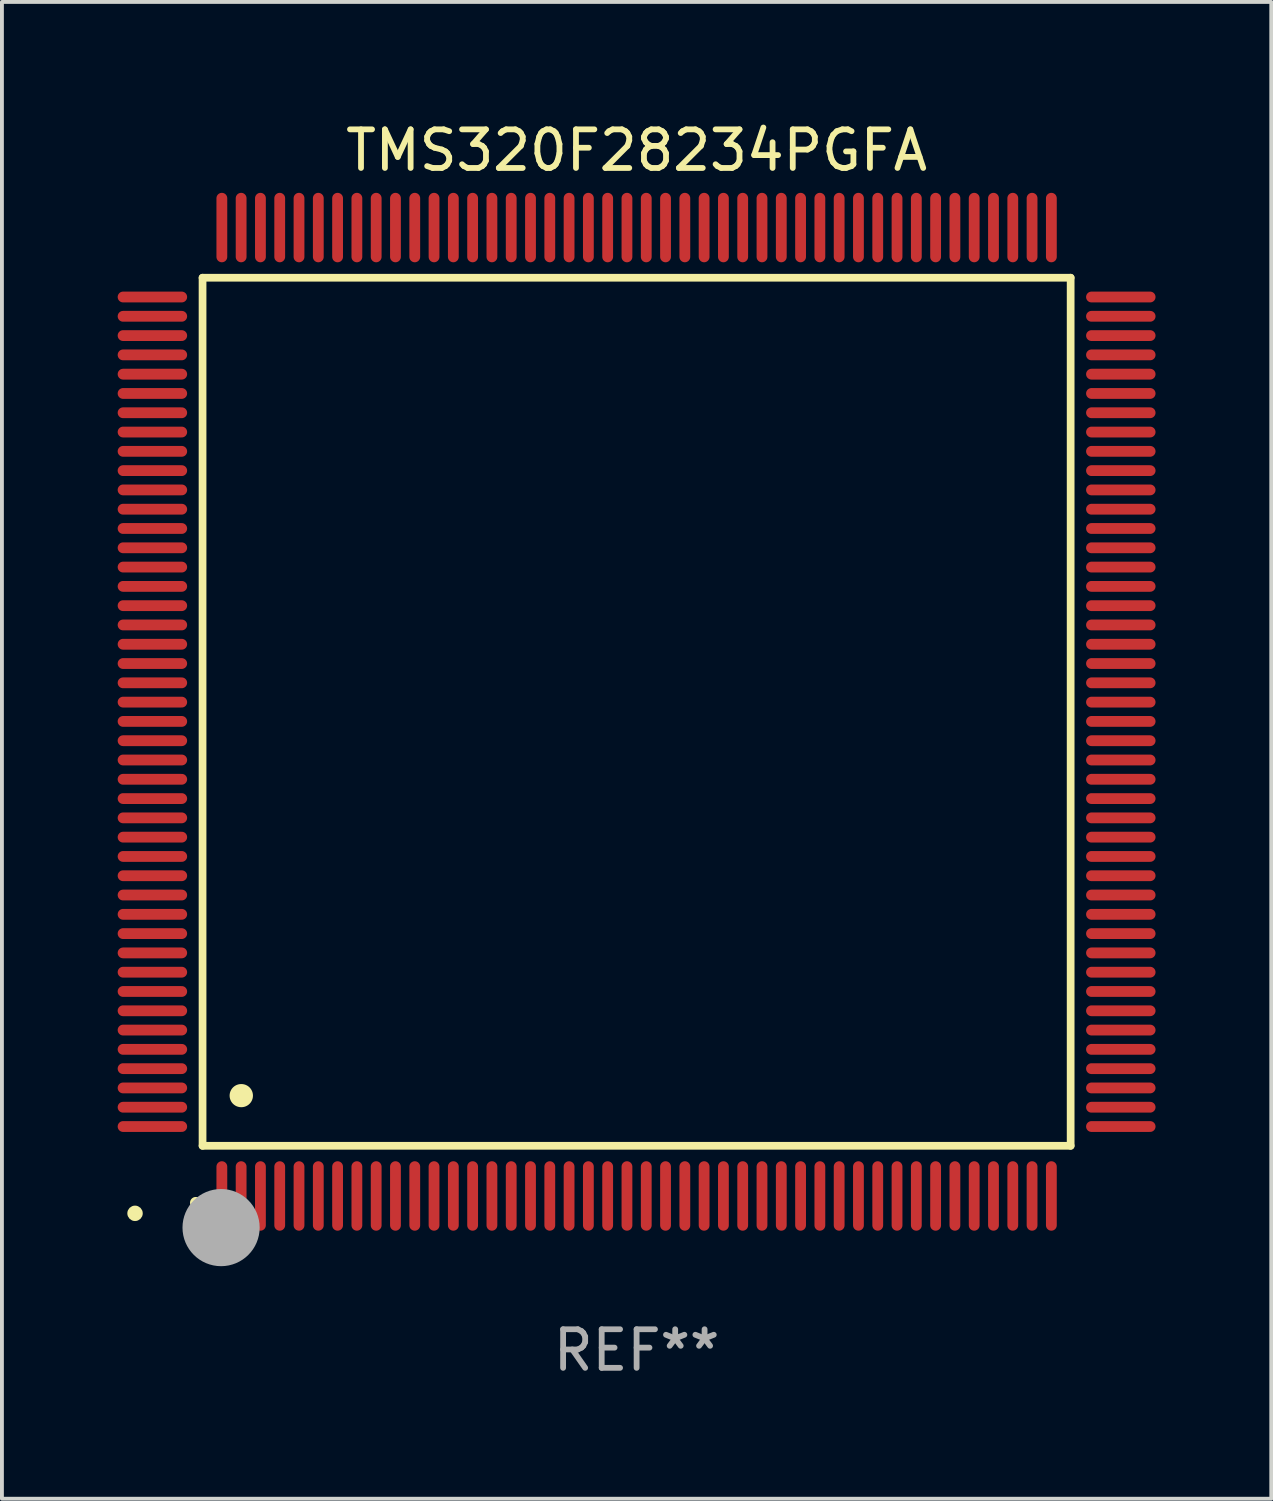
<source format=kicad_pcb>
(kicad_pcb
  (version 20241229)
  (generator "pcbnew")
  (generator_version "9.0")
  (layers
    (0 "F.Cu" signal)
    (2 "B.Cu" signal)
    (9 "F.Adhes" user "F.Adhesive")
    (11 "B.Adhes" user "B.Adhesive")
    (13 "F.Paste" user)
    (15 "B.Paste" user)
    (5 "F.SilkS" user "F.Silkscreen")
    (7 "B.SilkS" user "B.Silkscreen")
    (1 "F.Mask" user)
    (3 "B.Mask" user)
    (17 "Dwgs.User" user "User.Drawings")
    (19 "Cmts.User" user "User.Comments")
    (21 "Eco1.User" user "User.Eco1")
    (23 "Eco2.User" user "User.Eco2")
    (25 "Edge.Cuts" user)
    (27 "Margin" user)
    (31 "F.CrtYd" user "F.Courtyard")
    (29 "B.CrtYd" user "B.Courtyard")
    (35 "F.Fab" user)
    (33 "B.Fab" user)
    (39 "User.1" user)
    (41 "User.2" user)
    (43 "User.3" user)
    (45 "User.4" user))
  (footprint "TMS320F28234PGFA"
    (layer "F.Cu")
    (at 13.45 15.398)
    (property "Reference" "TMS320F28234PGFA" (at 0 -14.55 0) (layer "F.SilkS") (effects (font (size 1 1) (thickness 0.15))))
    (attr through_hole)
    (fp_line (start -11.25 -11.25) (end 11.25 -11.25) (stroke (width 0.2) (type solid)) (layer "F.SilkS"))
    (fp_line (start -11.25 11.25) (end -11.25 -11.25) (stroke (width 0.2) (type solid)) (layer "F.SilkS"))
    (fp_line (start 11.25 -11.25) (end 11.25 11.25) (stroke (width 0.2) (type solid)) (layer "F.SilkS"))
    (fp_line (start 11.25 11.25) (end -11.25 11.25) (stroke (width 0.2) (type solid)) (layer "F.SilkS"))
    (fp_arc (start -11.424943 12.725425) (mid -11.423673 12.72542) (end -11.422403 12.725425) (stroke (width 0.3) (type solid)) (layer "F.SilkS"))
    (fp_arc (start -10.24892 9.9492) (mid -10.24638 9.949189) (end -10.24384 9.9492) (stroke (width 0.6) (type solid)) (layer "F.SilkS"))
    (fp_circle (center -13 13) (end -12.9 13) (stroke (width 0.2) (type solid)) (fill no) (layer "F.SilkS"))
    (fp_circle (center -10.77 13.37) (end -10.27 13.37) (stroke (width 1) (type solid)) (fill no) (layer "F.Fab"))
    (fp_text user "REF**" (at 0 16.55 0) (layer "F.Fab") (effects (font (size 1 1) (thickness 0.15))))
    (pad "1" smd oval (at -10.75 12.55) (size 0.28 1.8) (layers "F.Cu" "F.Mask" "F.Paste"))
    (pad "2" smd oval (at -10.25 12.55) (size 0.28 1.8) (layers "F.Cu" "F.Mask" "F.Paste"))
    (pad "3" smd oval (at -9.75 12.55) (size 0.28 1.8) (layers "F.Cu" "F.Mask" "F.Paste"))
    (pad "4" smd oval (at -9.25 12.55) (size 0.28 1.8) (layers "F.Cu" "F.Mask" "F.Paste"))
    (pad "5" smd oval (at -8.75 12.55) (size 0.28 1.8) (layers "F.Cu" "F.Mask" "F.Paste"))
    (pad "6" smd oval (at -8.25 12.55) (size 0.28 1.8) (layers "F.Cu" "F.Mask" "F.Paste"))
    (pad "7" smd oval (at -7.75 12.55) (size 0.28 1.8) (layers "F.Cu" "F.Mask" "F.Paste"))
    (pad "8" smd oval (at -7.25 12.55) (size 0.28 1.8) (layers "F.Cu" "F.Mask" "F.Paste"))
    (pad "9" smd oval (at -6.75 12.55) (size 0.28 1.8) (layers "F.Cu" "F.Mask" "F.Paste"))
    (pad "10" smd oval (at -6.25 12.55) (size 0.28 1.8) (layers "F.Cu" "F.Mask" "F.Paste"))
    (pad "11" smd oval (at -5.75 12.55) (size 0.28 1.8) (layers "F.Cu" "F.Mask" "F.Paste"))
    (pad "12" smd oval (at -5.25 12.55) (size 0.28 1.8) (layers "F.Cu" "F.Mask" "F.Paste"))
    (pad "13" smd oval (at -4.75 12.55) (size 0.28 1.8) (layers "F.Cu" "F.Mask" "F.Paste"))
    (pad "14" smd oval (at -4.25 12.55) (size 0.28 1.8) (layers "F.Cu" "F.Mask" "F.Paste"))
    (pad "15" smd oval (at -3.75 12.55) (size 0.28 1.8) (layers "F.Cu" "F.Mask" "F.Paste"))
    (pad "16" smd oval (at -3.25 12.55) (size 0.28 1.8) (layers "F.Cu" "F.Mask" "F.Paste"))
    (pad "17" smd oval (at -2.75 12.55) (size 0.28 1.8) (layers "F.Cu" "F.Mask" "F.Paste"))
    (pad "18" smd oval (at -2.25 12.55) (size 0.28 1.8) (layers "F.Cu" "F.Mask" "F.Paste"))
    (pad "19" smd oval (at -1.75 12.55) (size 0.28 1.8) (layers "F.Cu" "F.Mask" "F.Paste"))
    (pad "20" smd oval (at -1.25 12.55) (size 0.28 1.8) (layers "F.Cu" "F.Mask" "F.Paste"))
    (pad "21" smd oval (at -0.75 12.55) (size 0.28 1.8) (layers "F.Cu" "F.Mask" "F.Paste"))
    (pad "22" smd oval (at -0.25 12.55) (size 0.28 1.8) (layers "F.Cu" "F.Mask" "F.Paste"))
    (pad "23" smd oval (at 0.25 12.55) (size 0.28 1.8) (layers "F.Cu" "F.Mask" "F.Paste"))
    (pad "24" smd oval (at 0.75 12.55) (size 0.28 1.8) (layers "F.Cu" "F.Mask" "F.Paste"))
    (pad "25" smd oval (at 1.25 12.55) (size 0.28 1.8) (layers "F.Cu" "F.Mask" "F.Paste"))
    (pad "26" smd oval (at 1.75 12.55) (size 0.28 1.8) (layers "F.Cu" "F.Mask" "F.Paste"))
    (pad "27" smd oval (at 2.25 12.55) (size 0.28 1.8) (layers "F.Cu" "F.Mask" "F.Paste"))
    (pad "28" smd oval (at 2.75 12.55) (size 0.28 1.8) (layers "F.Cu" "F.Mask" "F.Paste"))
    (pad "29" smd oval (at 3.25 12.55) (size 0.28 1.8) (layers "F.Cu" "F.Mask" "F.Paste"))
    (pad "30" smd oval (at 3.75 12.55) (size 0.28 1.8) (layers "F.Cu" "F.Mask" "F.Paste"))
    (pad "31" smd oval (at 4.25 12.55) (size 0.28 1.8) (layers "F.Cu" "F.Mask" "F.Paste"))
    (pad "32" smd oval (at 4.75 12.55) (size 0.28 1.8) (layers "F.Cu" "F.Mask" "F.Paste"))
    (pad "33" smd oval (at 5.25 12.55) (size 0.28 1.8) (layers "F.Cu" "F.Mask" "F.Paste"))
    (pad "34" smd oval (at 5.75 12.55) (size 0.28 1.8) (layers "F.Cu" "F.Mask" "F.Paste"))
    (pad "35" smd oval (at 6.25 12.55) (size 0.28 1.8) (layers "F.Cu" "F.Mask" "F.Paste"))
    (pad "36" smd oval (at 6.75 12.55) (size 0.28 1.8) (layers "F.Cu" "F.Mask" "F.Paste"))
    (pad "37" smd oval (at 7.25 12.55) (size 0.28 1.8) (layers "F.Cu" "F.Mask" "F.Paste"))
    (pad "38" smd oval (at 7.75 12.55) (size 0.28 1.8) (layers "F.Cu" "F.Mask" "F.Paste"))
    (pad "39" smd oval (at 8.25 12.55) (size 0.28 1.8) (layers "F.Cu" "F.Mask" "F.Paste"))
    (pad "40" smd oval (at 8.75 12.55) (size 0.28 1.8) (layers "F.Cu" "F.Mask" "F.Paste"))
    (pad "41" smd oval (at 9.25 12.55) (size 0.28 1.8) (layers "F.Cu" "F.Mask" "F.Paste"))
    (pad "42" smd oval (at 9.75 12.55) (size 0.28 1.8) (layers "F.Cu" "F.Mask" "F.Paste"))
    (pad "43" smd oval (at 10.25 12.55) (size 0.28 1.8) (layers "F.Cu" "F.Mask" "F.Paste"))
    (pad "44" smd oval (at 10.75 12.55) (size 0.28 1.8) (layers "F.Cu" "F.Mask" "F.Paste"))
    (pad "45" smd oval (at 12.55 10.75) (size 1.8 0.28) (layers "F.Cu" "F.Mask" "F.Paste"))
    (pad "46" smd oval (at 12.55 10.25) (size 1.8 0.28) (layers "F.Cu" "F.Mask" "F.Paste"))
    (pad "47" smd oval (at 12.55 9.75) (size 1.8 0.28) (layers "F.Cu" "F.Mask" "F.Paste"))
    (pad "48" smd oval (at 12.55 9.25) (size 1.8 0.28) (layers "F.Cu" "F.Mask" "F.Paste"))
    (pad "49" smd oval (at 12.55 8.75) (size 1.8 0.28) (layers "F.Cu" "F.Mask" "F.Paste"))
    (pad "50" smd oval (at 12.55 8.25) (size 1.8 0.28) (layers "F.Cu" "F.Mask" "F.Paste"))
    (pad "51" smd oval (at 12.55 7.75) (size 1.8 0.28) (layers "F.Cu" "F.Mask" "F.Paste"))
    (pad "52" smd oval (at 12.55 7.25) (size 1.8 0.28) (layers "F.Cu" "F.Mask" "F.Paste"))
    (pad "53" smd oval (at 12.55 6.75) (size 1.8 0.28) (layers "F.Cu" "F.Mask" "F.Paste"))
    (pad "54" smd oval (at 12.55 6.25) (size 1.8 0.28) (layers "F.Cu" "F.Mask" "F.Paste"))
    (pad "55" smd oval (at 12.55 5.75) (size 1.8 0.28) (layers "F.Cu" "F.Mask" "F.Paste"))
    (pad "56" smd oval (at 12.55 5.25) (size 1.8 0.28) (layers "F.Cu" "F.Mask" "F.Paste"))
    (pad "57" smd oval (at 12.55 4.75) (size 1.8 0.28) (layers "F.Cu" "F.Mask" "F.Paste"))
    (pad "58" smd oval (at 12.55 4.25) (size 1.8 0.28) (layers "F.Cu" "F.Mask" "F.Paste"))
    (pad "59" smd oval (at 12.55 3.75) (size 1.8 0.28) (layers "F.Cu" "F.Mask" "F.Paste"))
    (pad "60" smd oval (at 12.55 3.25) (size 1.8 0.28) (layers "F.Cu" "F.Mask" "F.Paste"))
    (pad "61" smd oval (at 12.55 2.75) (size 1.8 0.28) (layers "F.Cu" "F.Mask" "F.Paste"))
    (pad "62" smd oval (at 12.55 2.25) (size 1.8 0.28) (layers "F.Cu" "F.Mask" "F.Paste"))
    (pad "63" smd oval (at 12.55 1.75) (size 1.8 0.28) (layers "F.Cu" "F.Mask" "F.Paste"))
    (pad "64" smd oval (at 12.55 1.25) (size 1.8 0.28) (layers "F.Cu" "F.Mask" "F.Paste"))
    (pad "65" smd oval (at 12.55 0.75) (size 1.8 0.28) (layers "F.Cu" "F.Mask" "F.Paste"))
    (pad "66" smd oval (at 12.55 0.25) (size 1.8 0.28) (layers "F.Cu" "F.Mask" "F.Paste"))
    (pad "67" smd oval (at 12.55 -0.25) (size 1.8 0.28) (layers "F.Cu" "F.Mask" "F.Paste"))
    (pad "68" smd oval (at 12.55 -0.75) (size 1.8 0.28) (layers "F.Cu" "F.Mask" "F.Paste"))
    (pad "69" smd oval (at 12.55 -1.25) (size 1.8 0.28) (layers "F.Cu" "F.Mask" "F.Paste"))
    (pad "70" smd oval (at 12.55 -1.75) (size 1.8 0.28) (layers "F.Cu" "F.Mask" "F.Paste"))
    (pad "71" smd oval (at 12.55 -2.25) (size 1.8 0.28) (layers "F.Cu" "F.Mask" "F.Paste"))
    (pad "72" smd oval (at 12.55 -2.75) (size 1.8 0.28) (layers "F.Cu" "F.Mask" "F.Paste"))
    (pad "73" smd oval (at 12.55 -3.25) (size 1.8 0.28) (layers "F.Cu" "F.Mask" "F.Paste"))
    (pad "74" smd oval (at 12.55 -3.75) (size 1.8 0.28) (layers "F.Cu" "F.Mask" "F.Paste"))
    (pad "75" smd oval (at 12.55 -4.25) (size 1.8 0.28) (layers "F.Cu" "F.Mask" "F.Paste"))
    (pad "76" smd oval (at 12.55 -4.75) (size 1.8 0.28) (layers "F.Cu" "F.Mask" "F.Paste"))
    (pad "77" smd oval (at 12.55 -5.25) (size 1.8 0.28) (layers "F.Cu" "F.Mask" "F.Paste"))
    (pad "78" smd oval (at 12.55 -5.75) (size 1.8 0.28) (layers "F.Cu" "F.Mask" "F.Paste"))
    (pad "79" smd oval (at 12.55 -6.25) (size 1.8 0.28) (layers "F.Cu" "F.Mask" "F.Paste"))
    (pad "80" smd oval (at 12.55 -6.75) (size 1.8 0.28) (layers "F.Cu" "F.Mask" "F.Paste"))
    (pad "81" smd oval (at 12.55 -7.25) (size 1.8 0.28) (layers "F.Cu" "F.Mask" "F.Paste"))
    (pad "82" smd oval (at 12.55 -7.75) (size 1.8 0.28) (layers "F.Cu" "F.Mask" "F.Paste"))
    (pad "83" smd oval (at 12.55 -8.25) (size 1.8 0.28) (layers "F.Cu" "F.Mask" "F.Paste"))
    (pad "84" smd oval (at 12.55 -8.75) (size 1.8 0.28) (layers "F.Cu" "F.Mask" "F.Paste"))
    (pad "85" smd oval (at 12.55 -9.25) (size 1.8 0.28) (layers "F.Cu" "F.Mask" "F.Paste"))
    (pad "86" smd oval (at 12.55 -9.75) (size 1.8 0.28) (layers "F.Cu" "F.Mask" "F.Paste"))
    (pad "87" smd oval (at 12.55 -10.25) (size 1.8 0.28) (layers "F.Cu" "F.Mask" "F.Paste"))
    (pad "88" smd oval (at 12.55 -10.75) (size 1.8 0.28) (layers "F.Cu" "F.Mask" "F.Paste"))
    (pad "89" smd oval (at 10.75 -12.55) (size 0.28 1.8) (layers "F.Cu" "F.Mask" "F.Paste"))
    (pad "90" smd oval (at 10.25 -12.55) (size 0.28 1.8) (layers "F.Cu" "F.Mask" "F.Paste"))
    (pad "91" smd oval (at 9.75 -12.55) (size 0.28 1.8) (layers "F.Cu" "F.Mask" "F.Paste"))
    (pad "92" smd oval (at 9.25 -12.55) (size 0.28 1.8) (layers "F.Cu" "F.Mask" "F.Paste"))
    (pad "93" smd oval (at 8.75 -12.55) (size 0.28 1.8) (layers "F.Cu" "F.Mask" "F.Paste"))
    (pad "94" smd oval (at 8.25 -12.55) (size 0.28 1.8) (layers "F.Cu" "F.Mask" "F.Paste"))
    (pad "95" smd oval (at 7.75 -12.55) (size 0.28 1.8) (layers "F.Cu" "F.Mask" "F.Paste"))
    (pad "96" smd oval (at 7.25 -12.55) (size 0.28 1.8) (layers "F.Cu" "F.Mask" "F.Paste"))
    (pad "97" smd oval (at 6.75 -12.55) (size 0.28 1.8) (layers "F.Cu" "F.Mask" "F.Paste"))
    (pad "98" smd oval (at 6.25 -12.55) (size 0.28 1.8) (layers "F.Cu" "F.Mask" "F.Paste"))
    (pad "99" smd oval (at 5.75 -12.55) (size 0.28 1.8) (layers "F.Cu" "F.Mask" "F.Paste"))
    (pad "100" smd oval (at 5.25 -12.55) (size 0.28 1.8) (layers "F.Cu" "F.Mask" "F.Paste"))
    (pad "101" smd oval (at 4.75 -12.55) (size 0.28 1.8) (layers "F.Cu" "F.Mask" "F.Paste"))
    (pad "102" smd oval (at 4.25 -12.55) (size 0.28 1.8) (layers "F.Cu" "F.Mask" "F.Paste"))
    (pad "103" smd oval (at 3.75 -12.55) (size 0.28 1.8) (layers "F.Cu" "F.Mask" "F.Paste"))
    (pad "104" smd oval (at 3.25 -12.55) (size 0.28 1.8) (layers "F.Cu" "F.Mask" "F.Paste"))
    (pad "105" smd oval (at 2.75 -12.55) (size 0.28 1.8) (layers "F.Cu" "F.Mask" "F.Paste"))
    (pad "106" smd oval (at 2.25 -12.55) (size 0.28 1.8) (layers "F.Cu" "F.Mask" "F.Paste"))
    (pad "107" smd oval (at 1.75 -12.55) (size 0.28 1.8) (layers "F.Cu" "F.Mask" "F.Paste"))
    (pad "108" smd oval (at 1.25 -12.55) (size 0.28 1.8) (layers "F.Cu" "F.Mask" "F.Paste"))
    (pad "109" smd oval (at 0.75 -12.55) (size 0.28 1.8) (layers "F.Cu" "F.Mask" "F.Paste"))
    (pad "110" smd oval (at 0.25 -12.55) (size 0.28 1.8) (layers "F.Cu" "F.Mask" "F.Paste"))
    (pad "111" smd oval (at -0.25 -12.55) (size 0.28 1.8) (layers "F.Cu" "F.Mask" "F.Paste"))
    (pad "112" smd oval (at -0.75 -12.55) (size 0.28 1.8) (layers "F.Cu" "F.Mask" "F.Paste"))
    (pad "113" smd oval (at -1.25 -12.55) (size 0.28 1.8) (layers "F.Cu" "F.Mask" "F.Paste"))
    (pad "114" smd oval (at -1.75 -12.55) (size 0.28 1.8) (layers "F.Cu" "F.Mask" "F.Paste"))
    (pad "115" smd oval (at -2.25 -12.55) (size 0.28 1.8) (layers "F.Cu" "F.Mask" "F.Paste"))
    (pad "116" smd oval (at -2.75 -12.55) (size 0.28 1.8) (layers "F.Cu" "F.Mask" "F.Paste"))
    (pad "117" smd oval (at -3.25 -12.55) (size 0.28 1.8) (layers "F.Cu" "F.Mask" "F.Paste"))
    (pad "118" smd oval (at -3.75 -12.55) (size 0.28 1.8) (layers "F.Cu" "F.Mask" "F.Paste"))
    (pad "119" smd oval (at -4.25 -12.55) (size 0.28 1.8) (layers "F.Cu" "F.Mask" "F.Paste"))
    (pad "120" smd oval (at -4.75 -12.55) (size 0.28 1.8) (layers "F.Cu" "F.Mask" "F.Paste"))
    (pad "121" smd oval (at -5.25 -12.55) (size 0.28 1.8) (layers "F.Cu" "F.Mask" "F.Paste"))
    (pad "122" smd oval (at -5.75 -12.55) (size 0.28 1.8) (layers "F.Cu" "F.Mask" "F.Paste"))
    (pad "123" smd oval (at -6.25 -12.55) (size 0.28 1.8) (layers "F.Cu" "F.Mask" "F.Paste"))
    (pad "124" smd oval (at -6.75 -12.55) (size 0.28 1.8) (layers "F.Cu" "F.Mask" "F.Paste"))
    (pad "125" smd oval (at -7.25 -12.55) (size 0.28 1.8) (layers "F.Cu" "F.Mask" "F.Paste"))
    (pad "126" smd oval (at -7.75 -12.55) (size 0.28 1.8) (layers "F.Cu" "F.Mask" "F.Paste"))
    (pad "127" smd oval (at -8.25 -12.55) (size 0.28 1.8) (layers "F.Cu" "F.Mask" "F.Paste"))
    (pad "128" smd oval (at -8.75 -12.55) (size 0.28 1.8) (layers "F.Cu" "F.Mask" "F.Paste"))
    (pad "129" smd oval (at -9.25 -12.55) (size 0.28 1.8) (layers "F.Cu" "F.Mask" "F.Paste"))
    (pad "130" smd oval (at -9.75 -12.55) (size 0.28 1.8) (layers "F.Cu" "F.Mask" "F.Paste"))
    (pad "131" smd oval (at -10.25 -12.55) (size 0.28 1.8) (layers "F.Cu" "F.Mask" "F.Paste"))
    (pad "132" smd oval (at -10.75 -12.55) (size 0.28 1.8) (layers "F.Cu" "F.Mask" "F.Paste"))
    (pad "133" smd oval (at -12.55 -10.75) (size 1.8 0.28) (layers "F.Cu" "F.Mask" "F.Paste"))
    (pad "134" smd oval (at -12.55 -10.25) (size 1.8 0.28) (layers "F.Cu" "F.Mask" "F.Paste"))
    (pad "135" smd oval (at -12.55 -9.75) (size 1.8 0.28) (layers "F.Cu" "F.Mask" "F.Paste"))
    (pad "136" smd oval (at -12.55 -9.25) (size 1.8 0.28) (layers "F.Cu" "F.Mask" "F.Paste"))
    (pad "137" smd oval (at -12.55 -8.75) (size 1.8 0.28) (layers "F.Cu" "F.Mask" "F.Paste"))
    (pad "138" smd oval (at -12.55 -8.25) (size 1.8 0.28) (layers "F.Cu" "F.Mask" "F.Paste"))
    (pad "139" smd oval (at -12.55 -7.75) (size 1.8 0.28) (layers "F.Cu" "F.Mask" "F.Paste"))
    (pad "140" smd oval (at -12.55 -7.25) (size 1.8 0.28) (layers "F.Cu" "F.Mask" "F.Paste"))
    (pad "141" smd oval (at -12.55 -6.75) (size 1.8 0.28) (layers "F.Cu" "F.Mask" "F.Paste"))
    (pad "142" smd oval (at -12.55 -6.25) (size 1.8 0.28) (layers "F.Cu" "F.Mask" "F.Paste"))
    (pad "143" smd oval (at -12.55 -5.75) (size 1.8 0.28) (layers "F.Cu" "F.Mask" "F.Paste"))
    (pad "144" smd oval (at -12.55 -5.25) (size 1.8 0.28) (layers "F.Cu" "F.Mask" "F.Paste"))
    (pad "145" smd oval (at -12.55 -4.75) (size 1.8 0.28) (layers "F.Cu" "F.Mask" "F.Paste"))
    (pad "146" smd oval (at -12.55 -4.25) (size 1.8 0.28) (layers "F.Cu" "F.Mask" "F.Paste"))
    (pad "147" smd oval (at -12.55 -3.75) (size 1.8 0.28) (layers "F.Cu" "F.Mask" "F.Paste"))
    (pad "148" smd oval (at -12.55 -3.25) (size 1.8 0.28) (layers "F.Cu" "F.Mask" "F.Paste"))
    (pad "149" smd oval (at -12.55 -2.75) (size 1.8 0.28) (layers "F.Cu" "F.Mask" "F.Paste"))
    (pad "150" smd oval (at -12.55 -2.25) (size 1.8 0.28) (layers "F.Cu" "F.Mask" "F.Paste"))
    (pad "151" smd oval (at -12.55 -1.75) (size 1.8 0.28) (layers "F.Cu" "F.Mask" "F.Paste"))
    (pad "152" smd oval (at -12.55 -1.25) (size 1.8 0.28) (layers "F.Cu" "F.Mask" "F.Paste"))
    (pad "153" smd oval (at -12.55 -0.75) (size 1.8 0.28) (layers "F.Cu" "F.Mask" "F.Paste"))
    (pad "154" smd oval (at -12.55 -0.25) (size 1.8 0.28) (layers "F.Cu" "F.Mask" "F.Paste"))
    (pad "155" smd oval (at -12.55 0.25) (size 1.8 0.28) (layers "F.Cu" "F.Mask" "F.Paste"))
    (pad "156" smd oval (at -12.55 0.75) (size 1.8 0.28) (layers "F.Cu" "F.Mask" "F.Paste"))
    (pad "157" smd oval (at -12.55 1.25) (size 1.8 0.28) (layers "F.Cu" "F.Mask" "F.Paste"))
    (pad "158" smd oval (at -12.55 1.75) (size 1.8 0.28) (layers "F.Cu" "F.Mask" "F.Paste"))
    (pad "159" smd oval (at -12.55 2.25) (size 1.8 0.28) (layers "F.Cu" "F.Mask" "F.Paste"))
    (pad "160" smd oval (at -12.55 2.75) (size 1.8 0.28) (layers "F.Cu" "F.Mask" "F.Paste"))
    (pad "161" smd oval (at -12.55 3.25) (size 1.8 0.28) (layers "F.Cu" "F.Mask" "F.Paste"))
    (pad "162" smd oval (at -12.55 3.75) (size 1.8 0.28) (layers "F.Cu" "F.Mask" "F.Paste"))
    (pad "163" smd oval (at -12.55 4.25) (size 1.8 0.28) (layers "F.Cu" "F.Mask" "F.Paste"))
    (pad "164" smd oval (at -12.55 4.75) (size 1.8 0.28) (layers "F.Cu" "F.Mask" "F.Paste"))
    (pad "165" smd oval (at -12.55 5.25) (size 1.8 0.28) (layers "F.Cu" "F.Mask" "F.Paste"))
    (pad "166" smd oval (at -12.55 5.75) (size 1.8 0.28) (layers "F.Cu" "F.Mask" "F.Paste"))
    (pad "167" smd oval (at -12.55 6.25) (size 1.8 0.28) (layers "F.Cu" "F.Mask" "F.Paste"))
    (pad "168" smd oval (at -12.55 6.75) (size 1.8 0.28) (layers "F.Cu" "F.Mask" "F.Paste"))
    (pad "169" smd oval (at -12.55 7.25) (size 1.8 0.28) (layers "F.Cu" "F.Mask" "F.Paste"))
    (pad "170" smd oval (at -12.55 7.75) (size 1.8 0.28) (layers "F.Cu" "F.Mask" "F.Paste"))
    (pad "171" smd oval (at -12.55 8.25) (size 1.8 0.28) (layers "F.Cu" "F.Mask" "F.Paste"))
    (pad "172" smd oval (at -12.55 8.75) (size 1.8 0.28) (layers "F.Cu" "F.Mask" "F.Paste"))
    (pad "173" smd oval (at -12.55 9.25) (size 1.8 0.28) (layers "F.Cu" "F.Mask" "F.Paste"))
    (pad "174" smd oval (at -12.55 9.75) (size 1.8 0.28) (layers "F.Cu" "F.Mask" "F.Paste"))
    (pad "175" smd oval (at -12.55 10.25) (size 1.8 0.28) (layers "F.Cu" "F.Mask" "F.Paste"))
    (pad "176" smd oval (at -12.55 10.75) (size 1.8 0.28) (layers "F.Cu" "F.Mask" "F.Paste")))
  (gr_rect
    (start -3 -3)
    (end 29.9 35.796)
    (stroke (width 0.1) (type default))
    (fill no)
    (layer "Edge.Cuts")))
</source>
